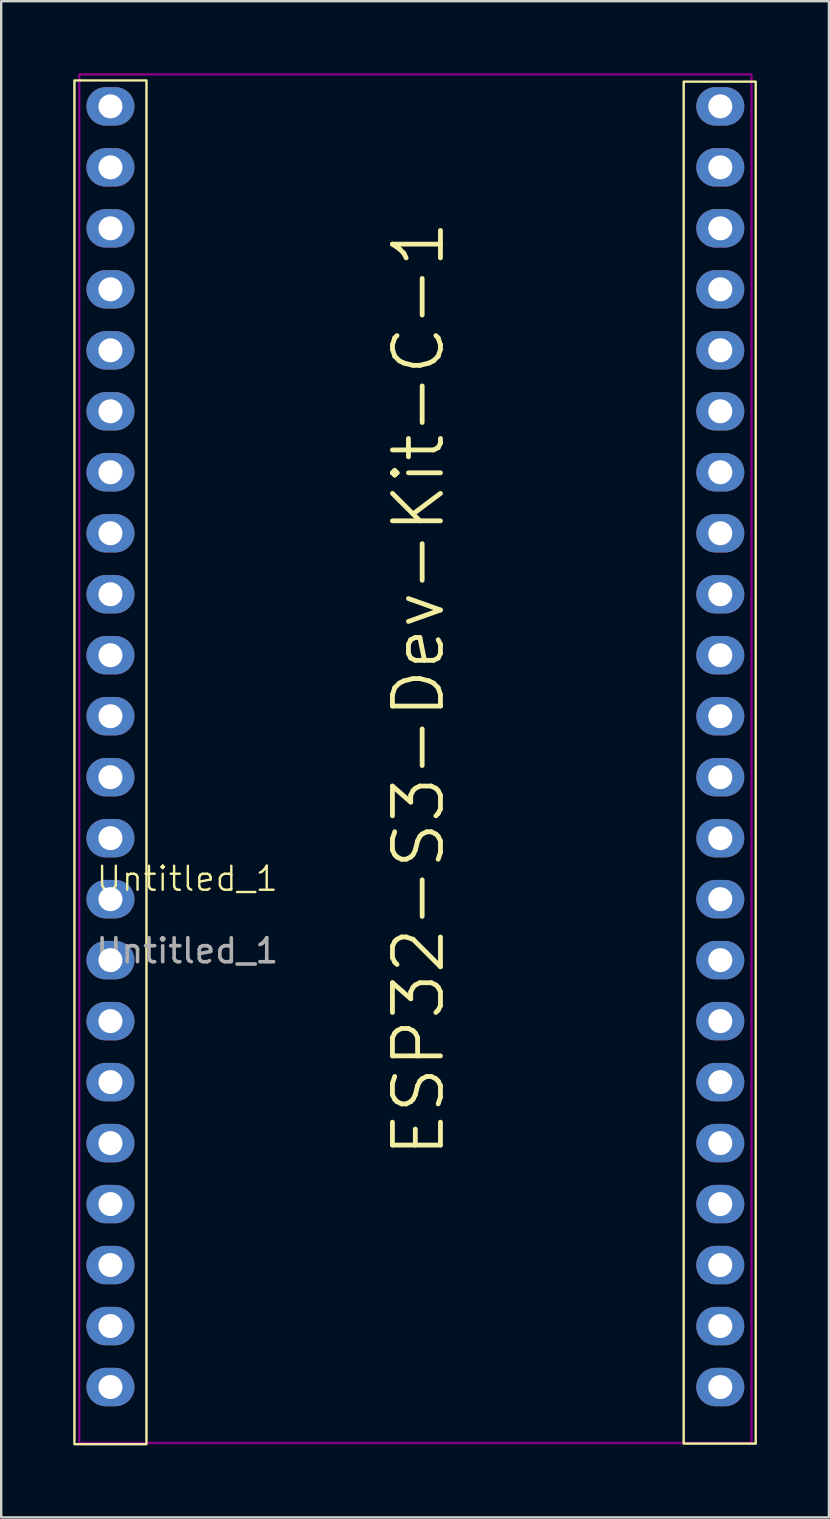
<source format=kicad_pcb>
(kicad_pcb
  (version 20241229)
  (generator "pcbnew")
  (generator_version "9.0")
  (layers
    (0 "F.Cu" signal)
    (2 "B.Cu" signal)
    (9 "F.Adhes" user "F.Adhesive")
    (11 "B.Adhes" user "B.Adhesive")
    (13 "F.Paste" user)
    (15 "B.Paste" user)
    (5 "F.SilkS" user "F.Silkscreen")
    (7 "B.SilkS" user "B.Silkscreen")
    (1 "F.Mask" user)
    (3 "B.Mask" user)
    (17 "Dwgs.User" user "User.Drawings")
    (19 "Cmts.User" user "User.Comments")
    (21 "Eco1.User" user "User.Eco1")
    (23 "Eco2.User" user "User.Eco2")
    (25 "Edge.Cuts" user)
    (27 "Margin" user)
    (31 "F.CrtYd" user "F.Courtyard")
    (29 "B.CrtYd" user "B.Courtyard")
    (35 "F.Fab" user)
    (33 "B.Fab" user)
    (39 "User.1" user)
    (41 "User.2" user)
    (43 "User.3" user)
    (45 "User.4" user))
  (footprint "Untitled_1"
    (layer "F.Cu")
    (at 4.75 34.05)
    (property "Reference" "Untitled_1" (at 0 -0.5 0) (unlocked yes) (layer "F.SilkS") (effects (font (size 1 1) (thickness 0.1))))
    (attr smd)
    (fp_rect (start -4.7 -33.75) (end -1.7 23.05) (stroke (width 0.1) (type solid)) (fill no) (layer "F.SilkS"))
    (fp_rect (start 20.675 -33.7) (end 23.675 23.025) (stroke (width 0.1) (type solid)) (fill no) (layer "F.SilkS"))
    (fp_rect (start -4.5 -34) (end 23.5 23) (stroke (width 0.1) (type solid)) (fill no) (layer "F.Adhes"))
    (fp_text user "ESP32-S3-Dev-Kit-C-1" (at 10.8 11.2 90) (unlocked yes) (layer "F.SilkS") (effects (font (size 2 2) (thickness 0.2)) (justify left bottom)))
    (fp_text user "${REFERENCE}" (at 0 2.5 0) (unlocked yes) (layer "F.Fab") (effects (font (size 1 1) (thickness 0.15))))
    (pad "1" thru_hole oval (at -3.2 -32.67) (size 2 1.6) (drill 1) (layers "*.Cu" "*.Mask"))
    (pad "2" thru_hole oval (at 22.2 -32.67) (size 2 1.6) (drill 1) (layers "*.Cu" "*.Mask"))
    (pad "3" thru_hole oval (at -3.2 -30.13) (size 2 1.6) (drill 1) (layers "*.Cu" "*.Mask"))
    (pad "4" thru_hole oval (at 22.2 -30.13) (size 2 1.6) (drill 1) (layers "*.Cu" "*.Mask"))
    (pad "5" thru_hole oval (at -3.2 -27.59) (size 2 1.6) (drill 1) (layers "*.Cu" "*.Mask"))
    (pad "6" thru_hole oval (at 22.2 -27.59) (size 2 1.6) (drill 1) (layers "*.Cu" "*.Mask"))
    (pad "7" thru_hole oval (at -3.2 -25.05) (size 2 1.6) (drill 1) (layers "*.Cu" "*.Mask"))
    (pad "8" thru_hole oval (at 22.2 -25.05) (size 2 1.6) (drill 1) (layers "*.Cu" "*.Mask"))
    (pad "9" thru_hole oval (at -3.2 -22.51) (size 2 1.6) (drill 1) (layers "*.Cu" "*.Mask"))
    (pad "10" thru_hole oval (at 22.2 -22.51) (size 2 1.6) (drill 1) (layers "*.Cu" "*.Mask"))
    (pad "11" thru_hole oval (at -3.2 -19.97) (size 2 1.6) (drill 1) (layers "*.Cu" "*.Mask"))
    (pad "12" thru_hole oval (at 22.2 -19.97) (size 2 1.6) (drill 1) (layers "*.Cu" "*.Mask"))
    (pad "13" thru_hole oval (at -3.2 -17.43) (size 2 1.6) (drill 1) (layers "*.Cu" "*.Mask"))
    (pad "14" thru_hole oval (at 22.2 -17.43) (size 2 1.6) (drill 1) (layers "*.Cu" "*.Mask"))
    (pad "15" thru_hole oval (at -3.2 -14.89) (size 2 1.6) (drill 1) (layers "*.Cu" "*.Mask"))
    (pad "16" thru_hole oval (at 22.2 -14.89) (size 2 1.6) (drill 1) (layers "*.Cu" "*.Mask"))
    (pad "17" thru_hole oval (at -3.2 -12.35) (size 2 1.6) (drill 1) (layers "*.Cu" "*.Mask"))
    (pad "18" thru_hole oval (at 22.2 -12.35) (size 2 1.6) (drill 1) (layers "*.Cu" "*.Mask"))
    (pad "19" thru_hole oval (at -3.2 -9.81) (size 2 1.6) (drill 1) (layers "*.Cu" "*.Mask"))
    (pad "20" thru_hole oval (at 22.2 -9.81) (size 2 1.6) (drill 1) (layers "*.Cu" "*.Mask"))
    (pad "21" thru_hole oval (at -3.2 -7.27) (size 2 1.6) (drill 1) (layers "*.Cu" "*.Mask"))
    (pad "22" thru_hole oval (at 22.2 -7.27) (size 2 1.6) (drill 1) (layers "*.Cu" "*.Mask"))
    (pad "23" thru_hole oval (at -3.2 -4.73) (size 2 1.6) (drill 1) (layers "*.Cu" "*.Mask"))
    (pad "24" thru_hole oval (at 22.2 -4.73) (size 2 1.6) (drill 1) (layers "*.Cu" "*.Mask"))
    (pad "25" thru_hole oval (at -3.2 -2.19) (size 2 1.6) (drill 1) (layers "*.Cu" "*.Mask"))
    (pad "26" thru_hole oval (at 22.2 -2.19) (size 2 1.6) (drill 1) (layers "*.Cu" "*.Mask"))
    (pad "27" thru_hole oval (at -3.2 0.35) (size 2 1.6) (drill 1) (layers "*.Cu" "*.Mask"))
    (pad "28" thru_hole oval (at 22.2 0.35) (size 2 1.6) (drill 1) (layers "*.Cu" "*.Mask"))
    (pad "29" thru_hole oval (at -3.2 2.89) (size 2 1.6) (drill 1) (layers "*.Cu" "*.Mask"))
    (pad "30" thru_hole oval (at 22.2 2.89) (size 2 1.6) (drill 1) (layers "*.Cu" "*.Mask"))
    (pad "31" thru_hole oval (at -3.2 5.43) (size 2 1.6) (drill 1) (layers "*.Cu" "*.Mask"))
    (pad "32" thru_hole oval (at 22.2 5.43) (size 2 1.6) (drill 1) (layers "*.Cu" "*.Mask"))
    (pad "33" thru_hole oval (at -3.2 7.97) (size 2 1.6) (drill 1) (layers "*.Cu" "*.Mask"))
    (pad "34" thru_hole oval (at 22.2 7.97) (size 2 1.6) (drill 1) (layers "*.Cu" "*.Mask"))
    (pad "35" thru_hole oval (at -3.2 10.51) (size 2 1.6) (drill 1) (layers "*.Cu" "*.Mask"))
    (pad "36" thru_hole oval (at 22.2 10.51) (size 2 1.6) (drill 1) (layers "*.Cu" "*.Mask"))
    (pad "37" thru_hole oval (at -3.2 13.05) (size 2 1.6) (drill 1) (layers "*.Cu" "*.Mask"))
    (pad "38" thru_hole oval (at 22.2 13.05) (size 2 1.6) (drill 1) (layers "*.Cu" "*.Mask"))
    (pad "39" thru_hole oval (at -3.2 15.59) (size 2 1.6) (drill 1) (layers "*.Cu" "*.Mask"))
    (pad "40" thru_hole oval (at 22.2 15.59) (size 2 1.6) (drill 1) (layers "*.Cu" "*.Mask"))
    (pad "41" thru_hole oval (at -3.2 18.13) (size 2 1.6) (drill 1) (layers "*.Cu" "*.Mask"))
    (pad "42" thru_hole oval (at 22.2 18.13) (size 2 1.6) (drill 1) (layers "*.Cu" "*.Mask"))
    (pad "43" thru_hole oval (at -3.2 20.67) (size 2 1.6) (drill 1) (layers "*.Cu" "*.Mask"))
    (pad "44" thru_hole oval (at 22.2 20.67) (size 2 1.6) (drill 1) (layers "*.Cu" "*.Mask")))
  (gr_rect
    (start -3 -3)
    (end 31.475 60.15)
    (stroke (width 0.1) (type default))
    (fill no)
    (layer "Edge.Cuts")))
</source>
